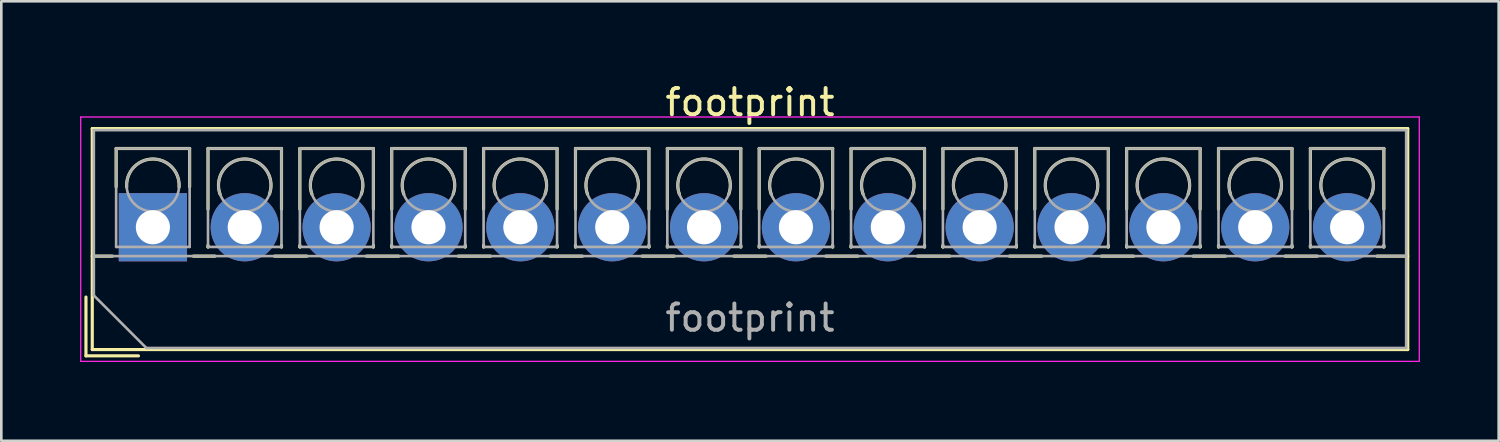
<source format=kicad_pcb>
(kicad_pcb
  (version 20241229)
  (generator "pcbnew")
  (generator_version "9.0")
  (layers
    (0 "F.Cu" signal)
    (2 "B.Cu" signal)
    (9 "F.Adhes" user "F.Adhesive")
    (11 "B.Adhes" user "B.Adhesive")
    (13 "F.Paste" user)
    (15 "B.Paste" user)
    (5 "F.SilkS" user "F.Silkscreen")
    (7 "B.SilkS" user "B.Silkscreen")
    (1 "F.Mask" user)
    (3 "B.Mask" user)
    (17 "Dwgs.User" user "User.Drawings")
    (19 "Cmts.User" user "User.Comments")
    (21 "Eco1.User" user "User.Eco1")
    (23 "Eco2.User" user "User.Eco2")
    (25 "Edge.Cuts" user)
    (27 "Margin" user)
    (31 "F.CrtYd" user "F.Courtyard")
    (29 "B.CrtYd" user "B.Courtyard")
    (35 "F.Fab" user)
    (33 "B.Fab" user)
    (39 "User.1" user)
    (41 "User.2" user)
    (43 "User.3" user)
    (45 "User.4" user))
  (footprint "footprint"
    (layer "F.Cu")
    (at 2.775 5.608)
    (property "Reference" "footprint" (at 22.75 -4.76 0) (layer "F.SilkS") (effects (font (size 1 1) (thickness 0.15))))
    (attr through_hole)
    (fp_line (start -2.55 2.66) (end -2.55 4.9) (stroke (width 0.12) (type solid)) (layer "F.SilkS"))
    (fp_line (start -2.55 4.9) (end -0.55 4.9) (stroke (width 0.12) (type solid)) (layer "F.SilkS"))
    (fp_line (start -2.31 -3.76) (end -2.31 4.66) (stroke (width 0.12) (type solid)) (layer "F.SilkS"))
    (fp_line (start -2.31 -3.76) (end 47.81 -3.76) (stroke (width 0.12) (type solid)) (layer "F.SilkS"))
    (fp_line (start -2.31 1.101) (end -1.54 1.101) (stroke (width 0.12) (type solid)) (layer "F.SilkS"))
    (fp_line (start -2.31 4.66) (end 47.81 4.66) (stroke (width 0.12) (type solid)) (layer "F.SilkS"))
    (fp_line (start -1.4 -3) (end -1.4 -1.54) (stroke (width 0.12) (type solid)) (layer "F.SilkS"))
    (fp_line (start -1.4 -3) (end 1.4 -3) (stroke (width 0.12) (type solid)) (layer "F.SilkS"))
    (fp_line (start 1.4 -3) (end 1.4 -1.54) (stroke (width 0.12) (type solid)) (layer "F.SilkS"))
    (fp_line (start 1.54 1.101) (end 2.367 1.101) (stroke (width 0.12) (type solid)) (layer "F.SilkS"))
    (fp_line (start 2.1 -3) (end 2.1 -0.689) (stroke (width 0.12) (type solid)) (layer "F.SilkS"))
    (fp_line (start 2.1 -3) (end 4.9 -3) (stroke (width 0.12) (type solid)) (layer "F.SilkS"))
    (fp_line (start 2.1 0.689) (end 2.1 0.75) (stroke (width 0.12) (type solid)) (layer "F.SilkS"))
    (fp_line (start 2.1 0.75) (end 2.101 0.75) (stroke (width 0.12) (type solid)) (layer "F.SilkS"))
    (fp_line (start 4.634 1.101) (end 5.867 1.101) (stroke (width 0.12) (type solid)) (layer "F.SilkS"))
    (fp_line (start 4.9 -3) (end 4.9 -0.689) (stroke (width 0.12) (type solid)) (layer "F.SilkS"))
    (fp_line (start 4.9 0.689) (end 4.9 0.75) (stroke (width 0.12) (type solid)) (layer "F.SilkS"))
    (fp_line (start 4.9 0.75) (end 4.9 0.75) (stroke (width 0.12) (type solid)) (layer "F.SilkS"))
    (fp_line (start 5.6 -3) (end 5.6 -0.689) (stroke (width 0.12) (type solid)) (layer "F.SilkS"))
    (fp_line (start 5.6 -3) (end 8.4 -3) (stroke (width 0.12) (type solid)) (layer "F.SilkS"))
    (fp_line (start 5.6 0.689) (end 5.6 0.75) (stroke (width 0.12) (type solid)) (layer "F.SilkS"))
    (fp_line (start 5.6 0.75) (end 5.601 0.75) (stroke (width 0.12) (type solid)) (layer "F.SilkS"))
    (fp_line (start 8.134 1.101) (end 9.367 1.101) (stroke (width 0.12) (type solid)) (layer "F.SilkS"))
    (fp_line (start 8.4 -3) (end 8.4 -0.689) (stroke (width 0.12) (type solid)) (layer "F.SilkS"))
    (fp_line (start 8.4 0.689) (end 8.4 0.75) (stroke (width 0.12) (type solid)) (layer "F.SilkS"))
    (fp_line (start 8.4 0.75) (end 8.4 0.75) (stroke (width 0.12) (type solid)) (layer "F.SilkS"))
    (fp_line (start 9.1 -3) (end 9.1 -0.689) (stroke (width 0.12) (type solid)) (layer "F.SilkS"))
    (fp_line (start 9.1 -3) (end 11.9 -3) (stroke (width 0.12) (type solid)) (layer "F.SilkS"))
    (fp_line (start 9.1 0.689) (end 9.1 0.75) (stroke (width 0.12) (type solid)) (layer "F.SilkS"))
    (fp_line (start 9.1 0.75) (end 9.101 0.75) (stroke (width 0.12) (type solid)) (layer "F.SilkS"))
    (fp_line (start 11.634 1.101) (end 12.867 1.101) (stroke (width 0.12) (type solid)) (layer "F.SilkS"))
    (fp_line (start 11.9 -3) (end 11.9 -0.689) (stroke (width 0.12) (type solid)) (layer "F.SilkS"))
    (fp_line (start 11.9 0.689) (end 11.9 0.75) (stroke (width 0.12) (type solid)) (layer "F.SilkS"))
    (fp_line (start 11.9 0.75) (end 11.9 0.75) (stroke (width 0.12) (type solid)) (layer "F.SilkS"))
    (fp_line (start 12.6 -3) (end 12.6 -0.689) (stroke (width 0.12) (type solid)) (layer "F.SilkS"))
    (fp_line (start 12.6 -3) (end 15.4 -3) (stroke (width 0.12) (type solid)) (layer "F.SilkS"))
    (fp_line (start 12.6 0.689) (end 12.6 0.75) (stroke (width 0.12) (type solid)) (layer "F.SilkS"))
    (fp_line (start 12.6 0.75) (end 12.601 0.75) (stroke (width 0.12) (type solid)) (layer "F.SilkS"))
    (fp_line (start 15.134 1.101) (end 16.367 1.101) (stroke (width 0.12) (type solid)) (layer "F.SilkS"))
    (fp_line (start 15.4 -3) (end 15.4 -0.689) (stroke (width 0.12) (type solid)) (layer "F.SilkS"))
    (fp_line (start 15.4 0.689) (end 15.4 0.75) (stroke (width 0.12) (type solid)) (layer "F.SilkS"))
    (fp_line (start 15.4 0.75) (end 15.4 0.75) (stroke (width 0.12) (type solid)) (layer "F.SilkS"))
    (fp_line (start 16.101 -3) (end 16.101 -0.689) (stroke (width 0.12) (type solid)) (layer "F.SilkS"))
    (fp_line (start 16.101 -3) (end 18.9 -3) (stroke (width 0.12) (type solid)) (layer "F.SilkS"))
    (fp_line (start 16.101 0.689) (end 16.101 0.75) (stroke (width 0.12) (type solid)) (layer "F.SilkS"))
    (fp_line (start 16.101 0.75) (end 16.101 0.75) (stroke (width 0.12) (type solid)) (layer "F.SilkS"))
    (fp_line (start 18.634 1.101) (end 19.867 1.101) (stroke (width 0.12) (type solid)) (layer "F.SilkS"))
    (fp_line (start 18.9 -3) (end 18.9 -0.689) (stroke (width 0.12) (type solid)) (layer "F.SilkS"))
    (fp_line (start 18.9 0.689) (end 18.9 0.75) (stroke (width 0.12) (type solid)) (layer "F.SilkS"))
    (fp_line (start 18.9 0.75) (end 18.9 0.75) (stroke (width 0.12) (type solid)) (layer "F.SilkS"))
    (fp_line (start 19.6 -3) (end 19.6 -0.689) (stroke (width 0.12) (type solid)) (layer "F.SilkS"))
    (fp_line (start 19.6 -3) (end 22.4 -3) (stroke (width 0.12) (type solid)) (layer "F.SilkS"))
    (fp_line (start 19.6 0.689) (end 19.6 0.75) (stroke (width 0.12) (type solid)) (layer "F.SilkS"))
    (fp_line (start 19.6 0.75) (end 19.601 0.75) (stroke (width 0.12) (type solid)) (layer "F.SilkS"))
    (fp_line (start 22.134 1.101) (end 23.367 1.101) (stroke (width 0.12) (type solid)) (layer "F.SilkS"))
    (fp_line (start 22.4 -3) (end 22.4 -0.689) (stroke (width 0.12) (type solid)) (layer "F.SilkS"))
    (fp_line (start 22.4 0.689) (end 22.4 0.75) (stroke (width 0.12) (type solid)) (layer "F.SilkS"))
    (fp_line (start 22.4 0.75) (end 22.4 0.75) (stroke (width 0.12) (type solid)) (layer "F.SilkS"))
    (fp_line (start 23.1 -3) (end 23.1 -0.689) (stroke (width 0.12) (type solid)) (layer "F.SilkS"))
    (fp_line (start 23.1 -3) (end 25.9 -3) (stroke (width 0.12) (type solid)) (layer "F.SilkS"))
    (fp_line (start 23.1 0.689) (end 23.1 0.75) (stroke (width 0.12) (type solid)) (layer "F.SilkS"))
    (fp_line (start 23.1 0.75) (end 23.101 0.75) (stroke (width 0.12) (type solid)) (layer "F.SilkS"))
    (fp_line (start 25.634 1.101) (end 26.867 1.101) (stroke (width 0.12) (type solid)) (layer "F.SilkS"))
    (fp_line (start 25.9 -3) (end 25.9 -0.689) (stroke (width 0.12) (type solid)) (layer "F.SilkS"))
    (fp_line (start 25.9 0.689) (end 25.9 0.75) (stroke (width 0.12) (type solid)) (layer "F.SilkS"))
    (fp_line (start 25.9 0.75) (end 25.9 0.75) (stroke (width 0.12) (type solid)) (layer "F.SilkS"))
    (fp_line (start 26.6 -3) (end 26.6 -0.689) (stroke (width 0.12) (type solid)) (layer "F.SilkS"))
    (fp_line (start 26.6 -3) (end 29.4 -3) (stroke (width 0.12) (type solid)) (layer "F.SilkS"))
    (fp_line (start 26.6 0.689) (end 26.6 0.75) (stroke (width 0.12) (type solid)) (layer "F.SilkS"))
    (fp_line (start 26.6 0.75) (end 26.601 0.75) (stroke (width 0.12) (type solid)) (layer "F.SilkS"))
    (fp_line (start 29.134 1.101) (end 30.367 1.101) (stroke (width 0.12) (type solid)) (layer "F.SilkS"))
    (fp_line (start 29.4 -3) (end 29.4 -0.689) (stroke (width 0.12) (type solid)) (layer "F.SilkS"))
    (fp_line (start 29.4 0.689) (end 29.4 0.75) (stroke (width 0.12) (type solid)) (layer "F.SilkS"))
    (fp_line (start 29.4 0.75) (end 29.4 0.75) (stroke (width 0.12) (type solid)) (layer "F.SilkS"))
    (fp_line (start 30.1 -3) (end 30.1 -0.689) (stroke (width 0.12) (type solid)) (layer "F.SilkS"))
    (fp_line (start 30.1 -3) (end 32.9 -3) (stroke (width 0.12) (type solid)) (layer "F.SilkS"))
    (fp_line (start 30.1 0.689) (end 30.1 0.75) (stroke (width 0.12) (type solid)) (layer "F.SilkS"))
    (fp_line (start 30.1 0.75) (end 30.101 0.75) (stroke (width 0.12) (type solid)) (layer "F.SilkS"))
    (fp_line (start 32.634 1.101) (end 33.867 1.101) (stroke (width 0.12) (type solid)) (layer "F.SilkS"))
    (fp_line (start 32.9 -3) (end 32.9 -0.689) (stroke (width 0.12) (type solid)) (layer "F.SilkS"))
    (fp_line (start 32.9 0.689) (end 32.9 0.75) (stroke (width 0.12) (type solid)) (layer "F.SilkS"))
    (fp_line (start 32.9 0.75) (end 32.9 0.75) (stroke (width 0.12) (type solid)) (layer "F.SilkS"))
    (fp_line (start 33.6 -3) (end 33.6 -0.689) (stroke (width 0.12) (type solid)) (layer "F.SilkS"))
    (fp_line (start 33.6 -3) (end 36.4 -3) (stroke (width 0.12) (type solid)) (layer "F.SilkS"))
    (fp_line (start 33.6 0.689) (end 33.6 0.75) (stroke (width 0.12) (type solid)) (layer "F.SilkS"))
    (fp_line (start 33.6 0.75) (end 33.601 0.75) (stroke (width 0.12) (type solid)) (layer "F.SilkS"))
    (fp_line (start 36.134 1.101) (end 37.367 1.101) (stroke (width 0.12) (type solid)) (layer "F.SilkS"))
    (fp_line (start 36.4 -3) (end 36.4 -0.689) (stroke (width 0.12) (type solid)) (layer "F.SilkS"))
    (fp_line (start 36.4 0.689) (end 36.4 0.75) (stroke (width 0.12) (type solid)) (layer "F.SilkS"))
    (fp_line (start 36.4 0.75) (end 36.4 0.75) (stroke (width 0.12) (type solid)) (layer "F.SilkS"))
    (fp_line (start 37.1 -3) (end 37.1 -0.689) (stroke (width 0.12) (type solid)) (layer "F.SilkS"))
    (fp_line (start 37.1 -3) (end 39.9 -3) (stroke (width 0.12) (type solid)) (layer "F.SilkS"))
    (fp_line (start 37.1 0.689) (end 37.1 0.75) (stroke (width 0.12) (type solid)) (layer "F.SilkS"))
    (fp_line (start 37.1 0.75) (end 37.101 0.75) (stroke (width 0.12) (type solid)) (layer "F.SilkS"))
    (fp_line (start 39.634 1.101) (end 40.867 1.101) (stroke (width 0.12) (type solid)) (layer "F.SilkS"))
    (fp_line (start 39.9 -3) (end 39.9 -0.689) (stroke (width 0.12) (type solid)) (layer "F.SilkS"))
    (fp_line (start 39.9 0.689) (end 39.9 0.75) (stroke (width 0.12) (type solid)) (layer "F.SilkS"))
    (fp_line (start 39.9 0.75) (end 39.9 0.75) (stroke (width 0.12) (type solid)) (layer "F.SilkS"))
    (fp_line (start 40.6 -3) (end 40.6 -0.689) (stroke (width 0.12) (type solid)) (layer "F.SilkS"))
    (fp_line (start 40.6 -3) (end 43.4 -3) (stroke (width 0.12) (type solid)) (layer "F.SilkS"))
    (fp_line (start 40.6 0.689) (end 40.6 0.75) (stroke (width 0.12) (type solid)) (layer "F.SilkS"))
    (fp_line (start 40.6 0.75) (end 40.601 0.75) (stroke (width 0.12) (type solid)) (layer "F.SilkS"))
    (fp_line (start 43.134 1.101) (end 44.367 1.101) (stroke (width 0.12) (type solid)) (layer "F.SilkS"))
    (fp_line (start 43.4 -3) (end 43.4 -0.689) (stroke (width 0.12) (type solid)) (layer "F.SilkS"))
    (fp_line (start 43.4 0.689) (end 43.4 0.75) (stroke (width 0.12) (type solid)) (layer "F.SilkS"))
    (fp_line (start 43.4 0.75) (end 43.4 0.75) (stroke (width 0.12) (type solid)) (layer "F.SilkS"))
    (fp_line (start 44.1 -3) (end 44.1 -0.689) (stroke (width 0.12) (type solid)) (layer "F.SilkS"))
    (fp_line (start 44.1 -3) (end 46.9 -3) (stroke (width 0.12) (type solid)) (layer "F.SilkS"))
    (fp_line (start 44.1 0.689) (end 44.1 0.75) (stroke (width 0.12) (type solid)) (layer "F.SilkS"))
    (fp_line (start 44.1 0.75) (end 44.101 0.75) (stroke (width 0.12) (type solid)) (layer "F.SilkS"))
    (fp_line (start 46.634 1.101) (end 47.81 1.101) (stroke (width 0.12) (type solid)) (layer "F.SilkS"))
    (fp_line (start 46.9 -3) (end 46.9 -0.689) (stroke (width 0.12) (type solid)) (layer "F.SilkS"))
    (fp_line (start 46.9 0.689) (end 46.9 0.75) (stroke (width 0.12) (type solid)) (layer "F.SilkS"))
    (fp_line (start 46.9 0.75) (end 46.9 0.75) (stroke (width 0.12) (type solid)) (layer "F.SilkS"))
    (fp_line (start 47.81 -3.76) (end 47.81 4.66) (stroke (width 0.12) (type solid)) (layer "F.SilkS"))
    (fp_arc (start -0.99789 -1.529434) (mid -0.000785 -2.600382) (end 0.998 -1.531) (stroke (width 0.12) (type solid)) (layer "F.SilkS"))
    (fp_arc (start 2.560085 -1.257767) (mid 3.499876 -2.600282) (end 4.44 -1.258) (stroke (width 0.12) (type solid)) (layer "F.SilkS"))
    (fp_arc (start 6.060085 -1.257767) (mid 6.999876 -2.600282) (end 7.94 -1.258) (stroke (width 0.12) (type solid)) (layer "F.SilkS"))
    (fp_arc (start 9.560085 -1.257767) (mid 10.499876 -2.600282) (end 11.44 -1.258) (stroke (width 0.12) (type solid)) (layer "F.SilkS"))
    (fp_arc (start 13.060085 -1.257767) (mid 13.999876 -2.600282) (end 14.94 -1.258) (stroke (width 0.12) (type solid)) (layer "F.SilkS"))
    (fp_arc (start 16.560085 -1.257767) (mid 17.499876 -2.600282) (end 18.44 -1.258) (stroke (width 0.12) (type solid)) (layer "F.SilkS"))
    (fp_arc (start 20.060085 -1.257767) (mid 20.999876 -2.600282) (end 21.94 -1.258) (stroke (width 0.12) (type solid)) (layer "F.SilkS"))
    (fp_arc (start 23.560085 -1.257767) (mid 24.499876 -2.600282) (end 25.44 -1.258) (stroke (width 0.12) (type solid)) (layer "F.SilkS"))
    (fp_arc (start 27.060085 -1.257767) (mid 27.999876 -2.600282) (end 28.94 -1.258) (stroke (width 0.12) (type solid)) (layer "F.SilkS"))
    (fp_arc (start 30.560085 -1.257767) (mid 31.499876 -2.600282) (end 32.44 -1.258) (stroke (width 0.12) (type solid)) (layer "F.SilkS"))
    (fp_arc (start 34.060085 -1.257767) (mid 34.999876 -2.600282) (end 35.94 -1.258) (stroke (width 0.12) (type solid)) (layer "F.SilkS"))
    (fp_arc (start 37.560085 -1.257767) (mid 38.499876 -2.600282) (end 39.44 -1.258) (stroke (width 0.12) (type solid)) (layer "F.SilkS"))
    (fp_arc (start 41.060085 -1.257767) (mid 41.999876 -2.600282) (end 42.94 -1.258) (stroke (width 0.12) (type solid)) (layer "F.SilkS"))
    (fp_arc (start 44.560085 -1.257767) (mid 45.499876 -2.600282) (end 46.44 -1.258) (stroke (width 0.12) (type solid)) (layer "F.SilkS"))
    (fp_line (start -2.75 -4.2) (end -2.75 5.11) (stroke (width 0.05) (type solid)) (layer "F.CrtYd"))
    (fp_line (start -2.75 5.11) (end 48.25 5.11) (stroke (width 0.05) (type solid)) (layer "F.CrtYd"))
    (fp_line (start 48.25 -4.2) (end -2.75 -4.2) (stroke (width 0.05) (type solid)) (layer "F.CrtYd"))
    (fp_line (start 48.25 5.11) (end 48.25 -4.2) (stroke (width 0.05) (type solid)) (layer "F.CrtYd"))
    (fp_line (start -2.25 -3.7) (end 47.75 -3.7) (stroke (width 0.1) (type solid)) (layer "F.Fab"))
    (fp_line (start -2.25 1.1) (end 47.75 1.1) (stroke (width 0.1) (type solid)) (layer "F.Fab"))
    (fp_line (start -2.25 2.6) (end -2.25 -3.7) (stroke (width 0.1) (type solid)) (layer "F.Fab"))
    (fp_line (start -1.4 -3) (end -1.4 0.75) (stroke (width 0.1) (type solid)) (layer "F.Fab"))
    (fp_line (start -1.4 0.75) (end 1.4 0.75) (stroke (width 0.1) (type solid)) (layer "F.Fab"))
    (fp_line (start -0.25 4.6) (end -2.25 2.6) (stroke (width 0.1) (type solid)) (layer "F.Fab"))
    (fp_line (start 1.4 -3) (end -1.4 -3) (stroke (width 0.1) (type solid)) (layer "F.Fab"))
    (fp_line (start 1.4 0.75) (end 1.4 -3) (stroke (width 0.1) (type solid)) (layer "F.Fab"))
    (fp_line (start 2.1 -3) (end 2.1 0.75) (stroke (width 0.1) (type solid)) (layer "F.Fab"))
    (fp_line (start 2.1 0.75) (end 4.9 0.75) (stroke (width 0.1) (type solid)) (layer "F.Fab"))
    (fp_line (start 4.9 -3) (end 2.1 -3) (stroke (width 0.1) (type solid)) (layer "F.Fab"))
    (fp_line (start 4.9 0.75) (end 4.9 -3) (stroke (width 0.1) (type solid)) (layer "F.Fab"))
    (fp_line (start 5.6 -3) (end 5.6 0.75) (stroke (width 0.1) (type solid)) (layer "F.Fab"))
    (fp_line (start 5.6 0.75) (end 8.4 0.75) (stroke (width 0.1) (type solid)) (layer "F.Fab"))
    (fp_line (start 8.4 -3) (end 5.6 -3) (stroke (width 0.1) (type solid)) (layer "F.Fab"))
    (fp_line (start 8.4 0.75) (end 8.4 -3) (stroke (width 0.1) (type solid)) (layer "F.Fab"))
    (fp_line (start 9.1 -3) (end 9.1 0.75) (stroke (width 0.1) (type solid)) (layer "F.Fab"))
    (fp_line (start 9.1 0.75) (end 11.9 0.75) (stroke (width 0.1) (type solid)) (layer "F.Fab"))
    (fp_line (start 11.9 -3) (end 9.1 -3) (stroke (width 0.1) (type solid)) (layer "F.Fab"))
    (fp_line (start 11.9 0.75) (end 11.9 -3) (stroke (width 0.1) (type solid)) (layer "F.Fab"))
    (fp_line (start 12.6 -3) (end 12.6 0.75) (stroke (width 0.1) (type solid)) (layer "F.Fab"))
    (fp_line (start 12.6 0.75) (end 15.4 0.75) (stroke (width 0.1) (type solid)) (layer "F.Fab"))
    (fp_line (start 15.4 -3) (end 12.6 -3) (stroke (width 0.1) (type solid)) (layer "F.Fab"))
    (fp_line (start 15.4 0.75) (end 15.4 -3) (stroke (width 0.1) (type solid)) (layer "F.Fab"))
    (fp_line (start 16.101 -3) (end 16.101 0.75) (stroke (width 0.1) (type solid)) (layer "F.Fab"))
    (fp_line (start 16.101 0.75) (end 18.9 0.75) (stroke (width 0.1) (type solid)) (layer "F.Fab"))
    (fp_line (start 18.9 -3) (end 16.101 -3) (stroke (width 0.1) (type solid)) (layer "F.Fab"))
    (fp_line (start 18.9 0.75) (end 18.9 -3) (stroke (width 0.1) (type solid)) (layer "F.Fab"))
    (fp_line (start 19.6 -3) (end 19.6 0.75) (stroke (width 0.1) (type solid)) (layer "F.Fab"))
    (fp_line (start 19.6 0.75) (end 22.4 0.75) (stroke (width 0.1) (type solid)) (layer "F.Fab"))
    (fp_line (start 22.4 -3) (end 19.6 -3) (stroke (width 0.1) (type solid)) (layer "F.Fab"))
    (fp_line (start 22.4 0.75) (end 22.4 -3) (stroke (width 0.1) (type solid)) (layer "F.Fab"))
    (fp_line (start 23.1 -3) (end 23.1 0.75) (stroke (width 0.1) (type solid)) (layer "F.Fab"))
    (fp_line (start 23.1 0.75) (end 25.9 0.75) (stroke (width 0.1) (type solid)) (layer "F.Fab"))
    (fp_line (start 25.9 -3) (end 23.1 -3) (stroke (width 0.1) (type solid)) (layer "F.Fab"))
    (fp_line (start 25.9 0.75) (end 25.9 -3) (stroke (width 0.1) (type solid)) (layer "F.Fab"))
    (fp_line (start 26.6 -3) (end 26.6 0.75) (stroke (width 0.1) (type solid)) (layer "F.Fab"))
    (fp_line (start 26.6 0.75) (end 29.4 0.75) (stroke (width 0.1) (type solid)) (layer "F.Fab"))
    (fp_line (start 29.4 -3) (end 26.6 -3) (stroke (width 0.1) (type solid)) (layer "F.Fab"))
    (fp_line (start 29.4 0.75) (end 29.4 -3) (stroke (width 0.1) (type solid)) (layer "F.Fab"))
    (fp_line (start 30.1 -3) (end 30.1 0.75) (stroke (width 0.1) (type solid)) (layer "F.Fab"))
    (fp_line (start 30.1 0.75) (end 32.9 0.75) (stroke (width 0.1) (type solid)) (layer "F.Fab"))
    (fp_line (start 32.9 -3) (end 30.1 -3) (stroke (width 0.1) (type solid)) (layer "F.Fab"))
    (fp_line (start 32.9 0.75) (end 32.9 -3) (stroke (width 0.1) (type solid)) (layer "F.Fab"))
    (fp_line (start 33.6 -3) (end 33.6 0.75) (stroke (width 0.1) (type solid)) (layer "F.Fab"))
    (fp_line (start 33.6 0.75) (end 36.4 0.75) (stroke (width 0.1) (type solid)) (layer "F.Fab"))
    (fp_line (start 36.4 -3) (end 33.6 -3) (stroke (width 0.1) (type solid)) (layer "F.Fab"))
    (fp_line (start 36.4 0.75) (end 36.4 -3) (stroke (width 0.1) (type solid)) (layer "F.Fab"))
    (fp_line (start 37.1 -3) (end 37.1 0.75) (stroke (width 0.1) (type solid)) (layer "F.Fab"))
    (fp_line (start 37.1 0.75) (end 39.9 0.75) (stroke (width 0.1) (type solid)) (layer "F.Fab"))
    (fp_line (start 39.9 -3) (end 37.1 -3) (stroke (width 0.1) (type solid)) (layer "F.Fab"))
    (fp_line (start 39.9 0.75) (end 39.9 -3) (stroke (width 0.1) (type solid)) (layer "F.Fab"))
    (fp_line (start 40.6 -3) (end 40.6 0.75) (stroke (width 0.1) (type solid)) (layer "F.Fab"))
    (fp_line (start 40.6 0.75) (end 43.4 0.75) (stroke (width 0.1) (type solid)) (layer "F.Fab"))
    (fp_line (start 43.4 -3) (end 40.6 -3) (stroke (width 0.1) (type solid)) (layer "F.Fab"))
    (fp_line (start 43.4 0.75) (end 43.4 -3) (stroke (width 0.1) (type solid)) (layer "F.Fab"))
    (fp_line (start 44.1 -3) (end 44.1 0.75) (stroke (width 0.1) (type solid)) (layer "F.Fab"))
    (fp_line (start 44.1 0.75) (end 46.9 0.75) (stroke (width 0.1) (type solid)) (layer "F.Fab"))
    (fp_line (start 46.9 -3) (end 44.1 -3) (stroke (width 0.1) (type solid)) (layer "F.Fab"))
    (fp_line (start 46.9 0.75) (end 46.9 -3) (stroke (width 0.1) (type solid)) (layer "F.Fab"))
    (fp_line (start 47.75 -3.7) (end 47.75 4.6) (stroke (width 0.1) (type solid)) (layer "F.Fab"))
    (fp_line (start 47.75 4.6) (end -0.25 4.6) (stroke (width 0.1) (type solid)) (layer "F.Fab"))
    (fp_circle (center 0 -1.6) (end 1 -1.6) (stroke (width 0.1) (type solid)) (fill no) (layer "F.Fab"))
    (fp_circle (center 3.5 -1.6) (end 4.5 -1.6) (stroke (width 0.1) (type solid)) (fill no) (layer "F.Fab"))
    (fp_circle (center 7 -1.6) (end 8 -1.6) (stroke (width 0.1) (type solid)) (fill no) (layer "F.Fab"))
    (fp_circle (center 10.5 -1.6) (end 11.5 -1.6) (stroke (width 0.1) (type solid)) (fill no) (layer "F.Fab"))
    (fp_circle (center 14 -1.6) (end 15 -1.6) (stroke (width 0.1) (type solid)) (fill no) (layer "F.Fab"))
    (fp_circle (center 17.5 -1.6) (end 18.5 -1.6) (stroke (width 0.1) (type solid)) (fill no) (layer "F.Fab"))
    (fp_circle (center 21 -1.6) (end 22 -1.6) (stroke (width 0.1) (type solid)) (fill no) (layer "F.Fab"))
    (fp_circle (center 24.5 -1.6) (end 25.5 -1.6) (stroke (width 0.1) (type solid)) (fill no) (layer "F.Fab"))
    (fp_circle (center 28 -1.6) (end 29 -1.6) (stroke (width 0.1) (type solid)) (fill no) (layer "F.Fab"))
    (fp_circle (center 31.5 -1.6) (end 32.5 -1.6) (stroke (width 0.1) (type solid)) (fill no) (layer "F.Fab"))
    (fp_circle (center 35 -1.6) (end 36 -1.6) (stroke (width 0.1) (type solid)) (fill no) (layer "F.Fab"))
    (fp_circle (center 38.5 -1.6) (end 39.5 -1.6) (stroke (width 0.1) (type solid)) (fill no) (layer "F.Fab"))
    (fp_circle (center 42 -1.6) (end 43 -1.6) (stroke (width 0.1) (type solid)) (fill no) (layer "F.Fab"))
    (fp_circle (center 45.5 -1.6) (end 46.5 -1.6) (stroke (width 0.1) (type solid)) (fill no) (layer "F.Fab"))
    (fp_text user "${REFERENCE}" (at 22.75 3.45 0) (layer "F.Fab") (effects (font (size 1 1) (thickness 0.15))))
    (pad "1" thru_hole rect (at 0 0) (size 2.6 2.6) (drill 1.3) (layers "*.Cu" "*.Mask"))
    (pad "2" thru_hole circle (at 3.5 0) (size 2.6 2.6) (drill 1.3) (layers "*.Cu" "*.Mask"))
    (pad "3" thru_hole circle (at 7 0) (size 2.6 2.6) (drill 1.3) (layers "*.Cu" "*.Mask"))
    (pad "4" thru_hole circle (at 10.5 0) (size 2.6 2.6) (drill 1.3) (layers "*.Cu" "*.Mask"))
    (pad "5" thru_hole circle (at 14 0) (size 2.6 2.6) (drill 1.3) (layers "*.Cu" "*.Mask"))
    (pad "6" thru_hole circle (at 17.5 0) (size 2.6 2.6) (drill 1.3) (layers "*.Cu" "*.Mask"))
    (pad "7" thru_hole circle (at 21 0) (size 2.6 2.6) (drill 1.3) (layers "*.Cu" "*.Mask"))
    (pad "8" thru_hole circle (at 24.5 0) (size 2.6 2.6) (drill 1.3) (layers "*.Cu" "*.Mask"))
    (pad "9" thru_hole circle (at 28 0) (size 2.6 2.6) (drill 1.3) (layers "*.Cu" "*.Mask"))
    (pad "10" thru_hole circle (at 31.5 0) (size 2.6 2.6) (drill 1.3) (layers "*.Cu" "*.Mask"))
    (pad "11" thru_hole circle (at 35 0) (size 2.6 2.6) (drill 1.3) (layers "*.Cu" "*.Mask"))
    (pad "12" thru_hole circle (at 38.5 0) (size 2.6 2.6) (drill 1.3) (layers "*.Cu" "*.Mask"))
    (pad "13" thru_hole circle (at 42 0) (size 2.6 2.6) (drill 1.3) (layers "*.Cu" "*.Mask"))
    (pad "14" thru_hole circle (at 45.5 0) (size 2.6 2.6) (drill 1.3) (layers "*.Cu" "*.Mask")))
  (gr_rect
    (start -3 -3)
    (end 54.05 13.743)
    (stroke (width 0.1) (type default))
    (fill no)
    (layer "Edge.Cuts")))
</source>
